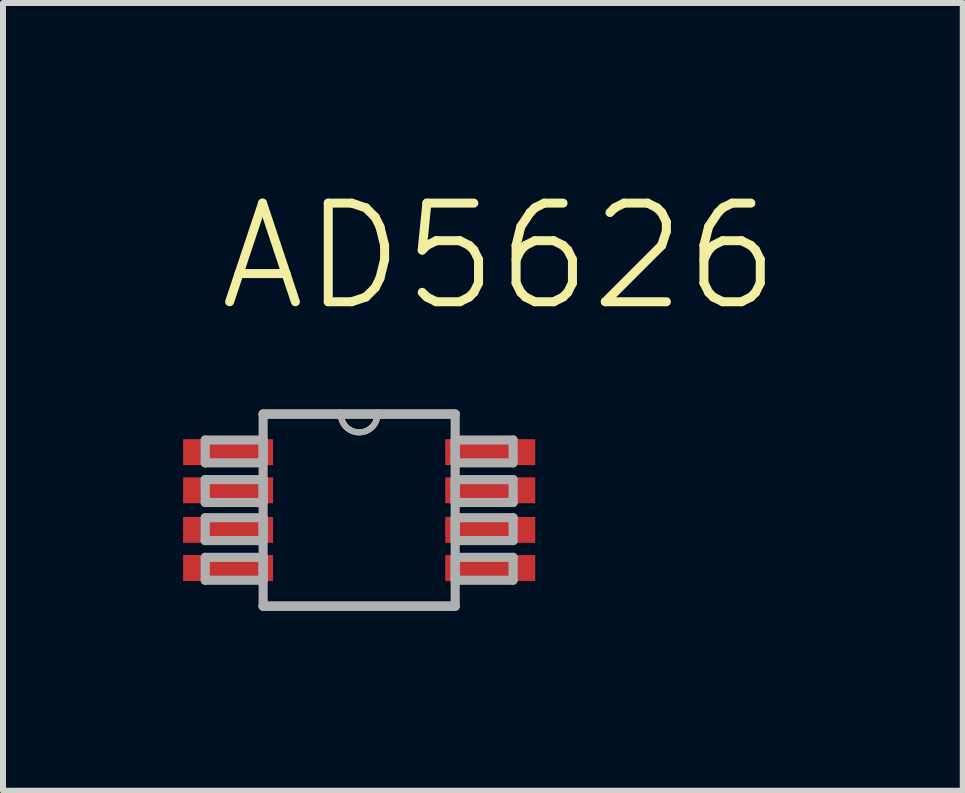
<source format=kicad_pcb>
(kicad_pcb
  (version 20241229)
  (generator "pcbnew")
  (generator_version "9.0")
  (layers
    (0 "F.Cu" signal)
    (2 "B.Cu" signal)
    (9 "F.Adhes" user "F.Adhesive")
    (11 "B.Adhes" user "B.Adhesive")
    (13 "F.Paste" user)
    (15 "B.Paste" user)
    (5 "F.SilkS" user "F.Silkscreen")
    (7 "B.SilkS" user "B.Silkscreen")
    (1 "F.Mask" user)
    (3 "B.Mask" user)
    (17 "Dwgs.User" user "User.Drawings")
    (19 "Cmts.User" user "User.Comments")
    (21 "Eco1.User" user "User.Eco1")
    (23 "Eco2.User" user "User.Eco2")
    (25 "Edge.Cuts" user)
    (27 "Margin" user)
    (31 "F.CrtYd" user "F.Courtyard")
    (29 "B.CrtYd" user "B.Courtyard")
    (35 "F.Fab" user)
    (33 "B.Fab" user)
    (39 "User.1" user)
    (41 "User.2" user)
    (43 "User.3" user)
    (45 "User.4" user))
  (footprint "AD5626"
    (layer "F.Cu")
    (at 2.934 5.449)
    (property "Reference" "AD5626" (at 2.341 -4.224 0) (layer "F.SilkS") (effects (font (size 1.643 1.643) (thickness 0.15))))
    (attr smd)
    (fp_line (start -1.6 1.6) (end 1.6 1.6) (stroke (width 0.152) (type solid)) (layer "F.SilkS"))
    (fp_line (start -0.305 -1.6) (end -1.6 -1.6) (stroke (width 0.152) (type solid)) (layer "F.SilkS"))
    (fp_line (start 0.305 -1.6) (end -0.305 -1.6) (stroke (width 0.152) (type solid)) (layer "F.SilkS"))
    (fp_line (start 1.6 -1.6) (end 0.305 -1.6) (stroke (width 0.152) (type solid)) (layer "F.SilkS"))
    (fp_arc (start 0.3048 -1.6002) (mid 0 -1.2954) (end -0.3048 -1.6002) (stroke (width 0.1) (type solid)) (layer "F.SilkS"))
    (fp_line (start -2.565 -1.168) (end -2.565 -0.787) (stroke (width 0.152) (type solid)) (layer "F.Fab"))
    (fp_line (start -2.565 -0.787) (end -1.6 -0.787) (stroke (width 0.152) (type solid)) (layer "F.Fab"))
    (fp_line (start -2.565 -0.508) (end -2.565 -0.127) (stroke (width 0.152) (type solid)) (layer "F.Fab"))
    (fp_line (start -2.565 -0.127) (end -1.6 -0.127) (stroke (width 0.152) (type solid)) (layer "F.Fab"))
    (fp_line (start -2.565 0.127) (end -2.565 0.508) (stroke (width 0.152) (type solid)) (layer "F.Fab"))
    (fp_line (start -2.565 0.508) (end -1.6 0.508) (stroke (width 0.152) (type solid)) (layer "F.Fab"))
    (fp_line (start -2.565 0.787) (end -2.565 1.168) (stroke (width 0.152) (type solid)) (layer "F.Fab"))
    (fp_line (start -2.565 1.168) (end -1.6 1.168) (stroke (width 0.152) (type solid)) (layer "F.Fab"))
    (fp_line (start -1.6 -1.6) (end -1.6 1.6) (stroke (width 0.152) (type solid)) (layer "F.Fab"))
    (fp_line (start -1.6 -1.168) (end -2.565 -1.168) (stroke (width 0.152) (type solid)) (layer "F.Fab"))
    (fp_line (start -1.6 -0.787) (end -1.6 -1.168) (stroke (width 0.152) (type solid)) (layer "F.Fab"))
    (fp_line (start -1.6 -0.508) (end -2.565 -0.508) (stroke (width 0.152) (type solid)) (layer "F.Fab"))
    (fp_line (start -1.6 -0.127) (end -1.6 -0.508) (stroke (width 0.152) (type solid)) (layer "F.Fab"))
    (fp_line (start -1.6 0.127) (end -2.565 0.127) (stroke (width 0.152) (type solid)) (layer "F.Fab"))
    (fp_line (start -1.6 0.508) (end -1.6 0.127) (stroke (width 0.152) (type solid)) (layer "F.Fab"))
    (fp_line (start -1.6 0.787) (end -2.565 0.787) (stroke (width 0.152) (type solid)) (layer "F.Fab"))
    (fp_line (start -1.6 1.168) (end -1.6 0.787) (stroke (width 0.152) (type solid)) (layer "F.Fab"))
    (fp_line (start -1.6 1.6) (end 1.6 1.6) (stroke (width 0.152) (type solid)) (layer "F.Fab"))
    (fp_line (start -0.305 -1.6) (end -1.6 -1.6) (stroke (width 0.152) (type solid)) (layer "F.Fab"))
    (fp_line (start 0.305 -1.6) (end -0.305 -1.6) (stroke (width 0.152) (type solid)) (layer "F.Fab"))
    (fp_line (start 1.6 -1.6) (end 0.305 -1.6) (stroke (width 0.152) (type solid)) (layer "F.Fab"))
    (fp_line (start 1.6 -1.168) (end 1.6 -0.787) (stroke (width 0.152) (type solid)) (layer "F.Fab"))
    (fp_line (start 1.6 -0.787) (end 2.565 -0.787) (stroke (width 0.152) (type solid)) (layer "F.Fab"))
    (fp_line (start 1.6 -0.508) (end 1.6 -0.127) (stroke (width 0.152) (type solid)) (layer "F.Fab"))
    (fp_line (start 1.6 -0.127) (end 2.565 -0.127) (stroke (width 0.152) (type solid)) (layer "F.Fab"))
    (fp_line (start 1.6 0.127) (end 1.6 0.508) (stroke (width 0.152) (type solid)) (layer "F.Fab"))
    (fp_line (start 1.6 0.508) (end 2.565 0.508) (stroke (width 0.152) (type solid)) (layer "F.Fab"))
    (fp_line (start 1.6 0.787) (end 1.6 1.168) (stroke (width 0.152) (type solid)) (layer "F.Fab"))
    (fp_line (start 1.6 1.168) (end 2.565 1.168) (stroke (width 0.152) (type solid)) (layer "F.Fab"))
    (fp_line (start 1.6 1.6) (end 1.6 -1.6) (stroke (width 0.152) (type solid)) (layer "F.Fab"))
    (fp_line (start 2.565 -1.168) (end 1.6 -1.168) (stroke (width 0.152) (type solid)) (layer "F.Fab"))
    (fp_line (start 2.565 -0.787) (end 2.565 -1.168) (stroke (width 0.152) (type solid)) (layer "F.Fab"))
    (fp_line (start 2.565 -0.508) (end 1.6 -0.508) (stroke (width 0.152) (type solid)) (layer "F.Fab"))
    (fp_line (start 2.565 -0.127) (end 2.565 -0.508) (stroke (width 0.152) (type solid)) (layer "F.Fab"))
    (fp_line (start 2.565 0.127) (end 1.6 0.127) (stroke (width 0.152) (type solid)) (layer "F.Fab"))
    (fp_line (start 2.565 0.508) (end 2.565 0.127) (stroke (width 0.152) (type solid)) (layer "F.Fab"))
    (fp_line (start 2.565 0.787) (end 1.6 0.787) (stroke (width 0.152) (type solid)) (layer "F.Fab"))
    (fp_line (start 2.565 1.168) (end 2.565 0.787) (stroke (width 0.152) (type solid)) (layer "F.Fab"))
    (fp_arc (start 0.3048 -1.6002) (mid 0 -1.2954) (end -0.3048 -1.6002) (stroke (width 0.1) (type solid)) (layer "F.Fab"))
    (pad "1" smd rect (at -2.184 -0.965) (size 1.499 0.432) (layers "F.Cu" "F.Mask" "F.Paste"))
    (pad "2" smd rect (at -2.184 -0.33) (size 1.499 0.432) (layers "F.Cu" "F.Mask" "F.Paste"))
    (pad "3" smd rect (at -2.184 0.33) (size 1.499 0.432) (layers "F.Cu" "F.Mask" "F.Paste"))
    (pad "4" smd rect (at -2.184 0.965) (size 1.499 0.432) (layers "F.Cu" "F.Mask" "F.Paste"))
    (pad "5" smd rect (at 2.184 0.965) (size 1.499 0.432) (layers "F.Cu" "F.Mask" "F.Paste"))
    (pad "6" smd rect (at 2.184 0.33) (size 1.499 0.432) (layers "F.Cu" "F.Mask" "F.Paste"))
    (pad "7" smd rect (at 2.184 -0.33) (size 1.499 0.432) (layers "F.Cu" "F.Mask" "F.Paste"))
    (pad "8" smd rect (at 2.184 -0.965) (size 1.499 0.432) (layers "F.Cu" "F.Mask" "F.Paste")))
  (gr_rect
    (start -3 -3)
    (end 12.991 10.125)
    (stroke (width 0.1) (type default))
    (fill no)
    (layer "Edge.Cuts")))
</source>
